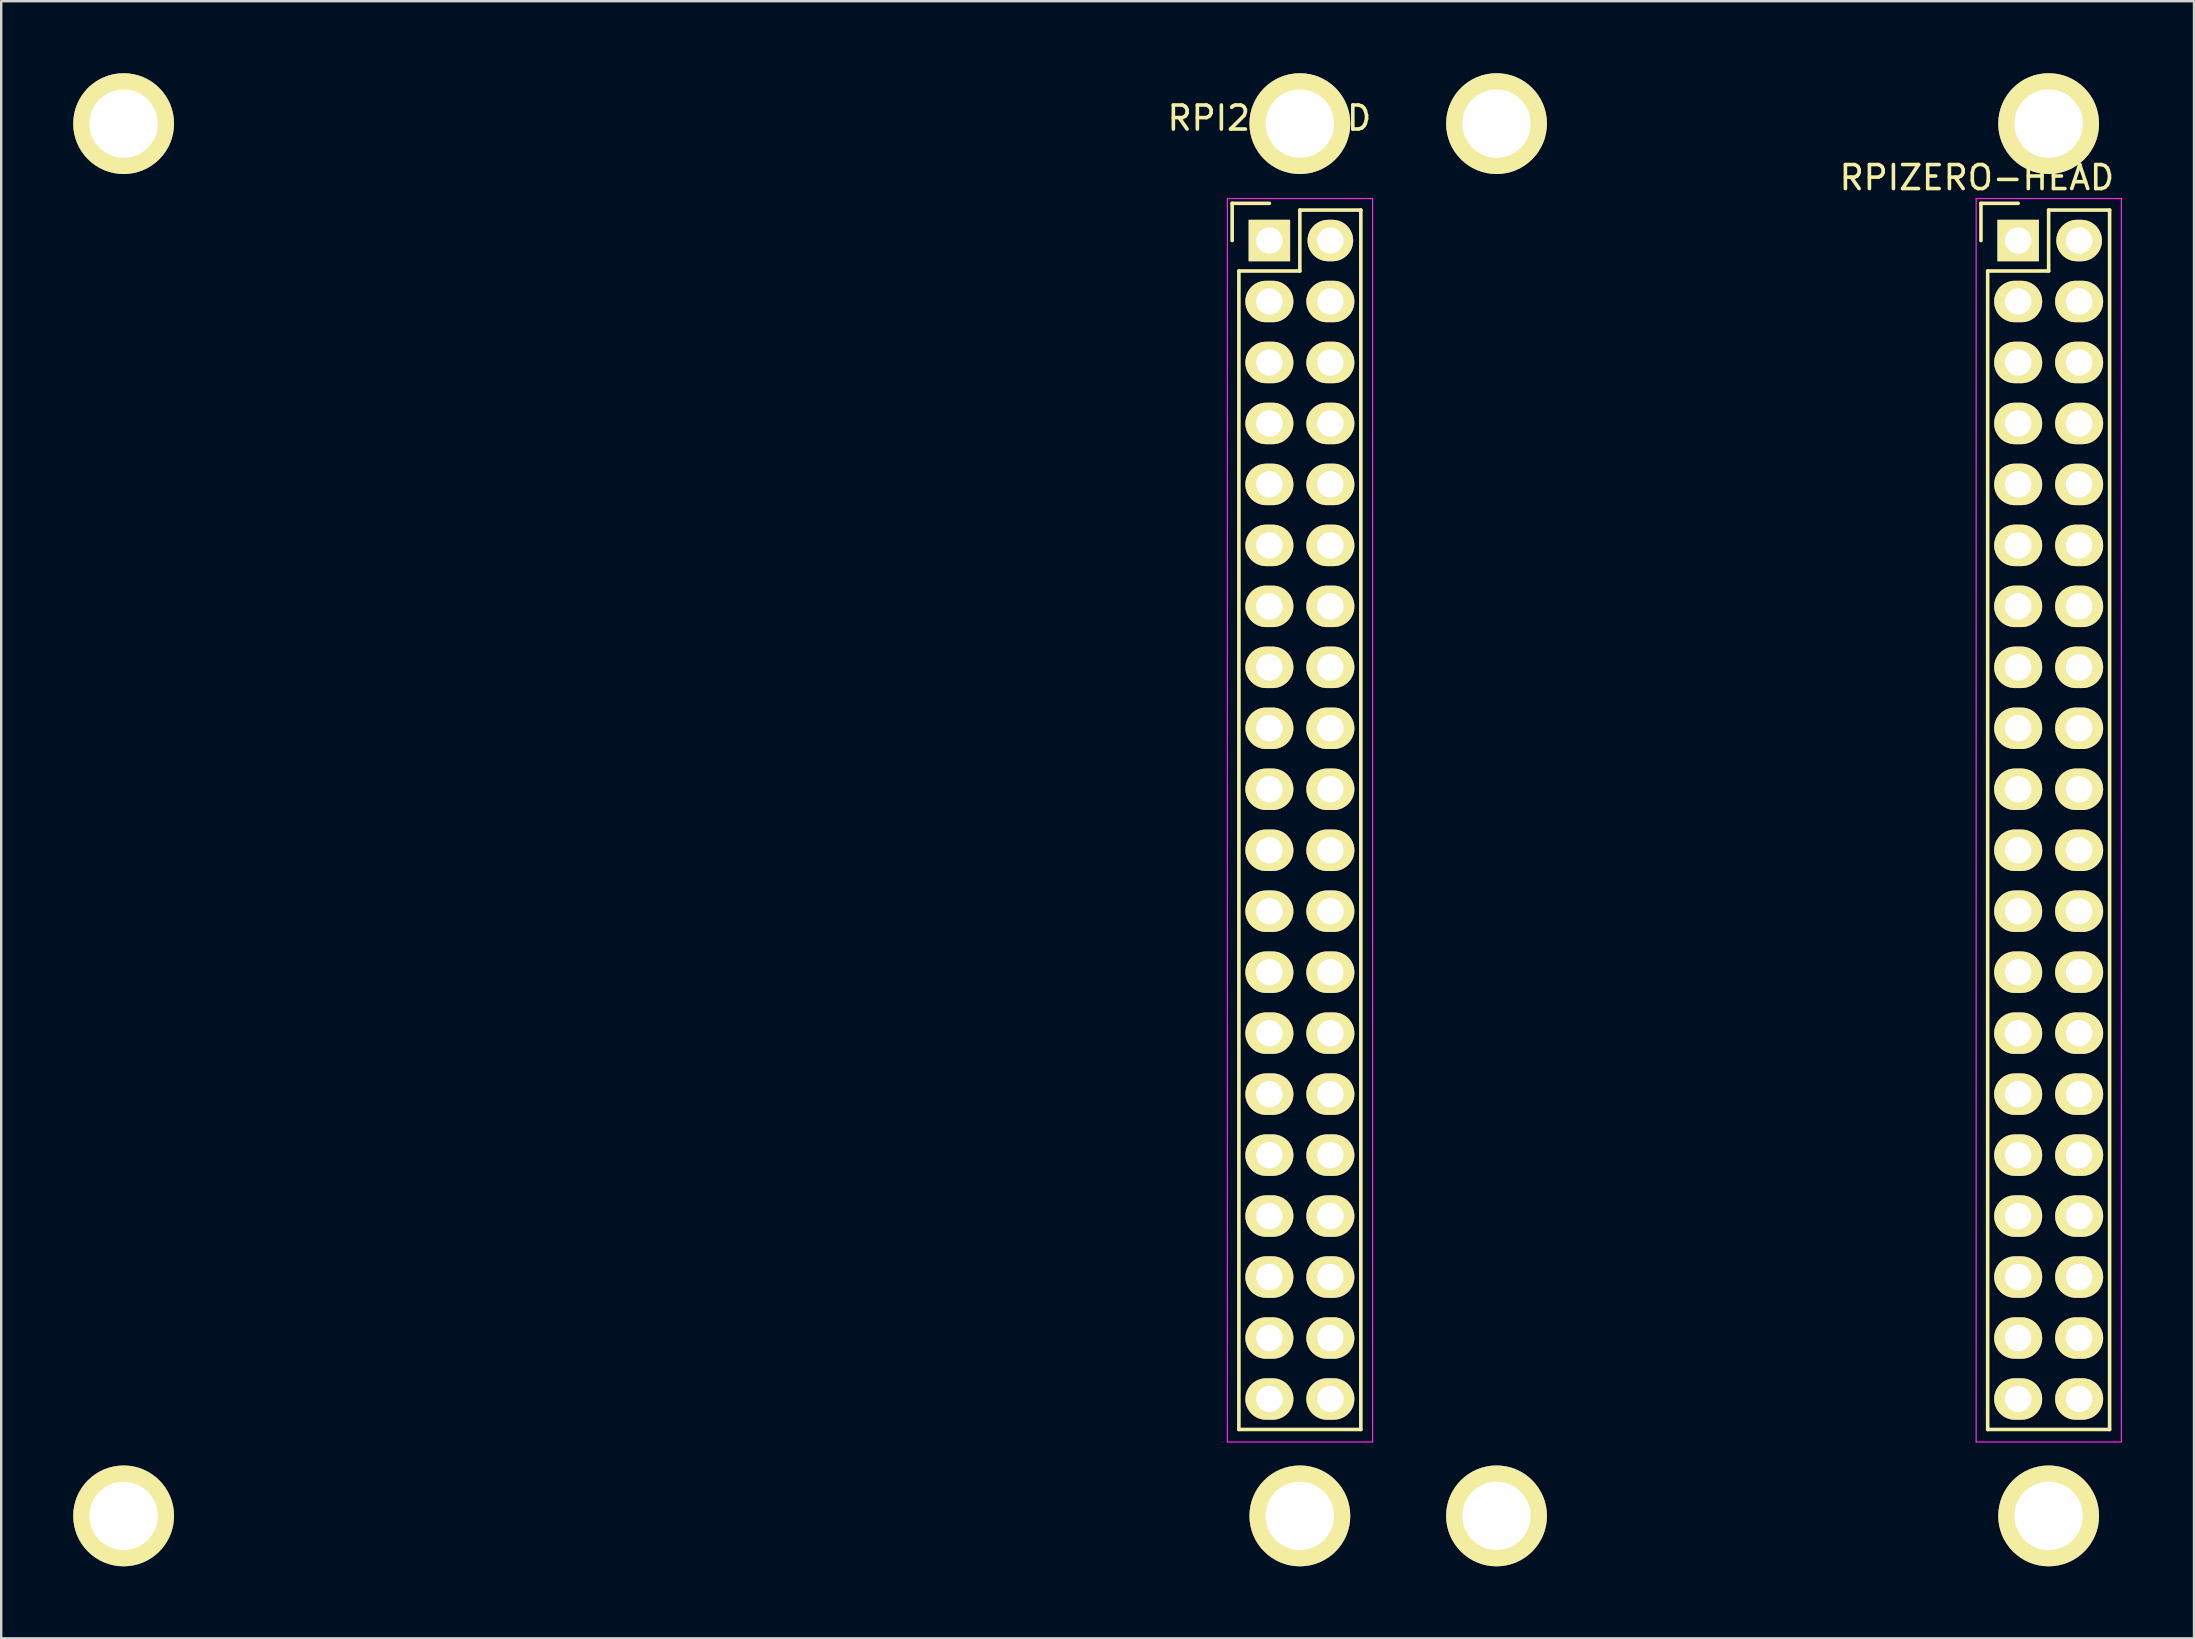
<source format=kicad_pcb>
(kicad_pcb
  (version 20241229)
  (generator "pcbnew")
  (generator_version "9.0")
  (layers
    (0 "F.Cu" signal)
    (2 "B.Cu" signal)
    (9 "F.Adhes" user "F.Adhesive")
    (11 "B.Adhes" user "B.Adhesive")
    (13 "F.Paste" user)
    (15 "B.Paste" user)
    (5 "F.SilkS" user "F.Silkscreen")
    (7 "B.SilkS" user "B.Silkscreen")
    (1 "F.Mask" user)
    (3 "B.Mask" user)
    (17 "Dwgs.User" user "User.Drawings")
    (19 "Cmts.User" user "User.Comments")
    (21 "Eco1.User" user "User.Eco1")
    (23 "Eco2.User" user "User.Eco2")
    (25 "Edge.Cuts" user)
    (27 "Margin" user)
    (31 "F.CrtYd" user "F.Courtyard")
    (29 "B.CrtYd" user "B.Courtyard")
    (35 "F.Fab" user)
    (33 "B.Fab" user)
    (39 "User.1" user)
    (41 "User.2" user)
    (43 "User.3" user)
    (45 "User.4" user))
  (footprint "RPIZERO-HEAD"
    (layer "F.Cu")
    (at 81.023 6.97)
    (property "Reference" "RPIZERO-HEAD" (at -1.72 -2.62 0) (layer "F.SilkS") (effects (font (size 1 1) (thickness 0.15))))
    (attr through_hole)
    (fp_line (start -1.55 -1.55) (end -1.55 0) (stroke (width 0.15) (type solid)) (layer "F.SilkS"))
    (fp_line (start -1.27 1.27) (end -1.27 49.53) (stroke (width 0.15) (type solid)) (layer "F.SilkS"))
    (fp_line (start 0 -1.55) (end -1.55 -1.55) (stroke (width 0.15) (type solid)) (layer "F.SilkS"))
    (fp_line (start 1.27 -1.27) (end 1.27 1.27) (stroke (width 0.15) (type solid)) (layer "F.SilkS"))
    (fp_line (start 1.27 1.27) (end -1.27 1.27) (stroke (width 0.15) (type solid)) (layer "F.SilkS"))
    (fp_line (start 3.81 -1.27) (end 1.27 -1.27) (stroke (width 0.15) (type solid)) (layer "F.SilkS"))
    (fp_line (start 3.81 49.53) (end -1.27 49.53) (stroke (width 0.15) (type solid)) (layer "F.SilkS"))
    (fp_line (start 3.81 49.53) (end 3.81 -1.27) (stroke (width 0.15) (type solid)) (layer "F.SilkS"))
    (fp_line (start -1.75 -1.75) (end -1.75 50.05) (stroke (width 0.05) (type solid)) (layer "F.CrtYd"))
    (fp_line (start -1.75 -1.75) (end 4.3 -1.75) (stroke (width 0.05) (type solid)) (layer "F.CrtYd"))
    (fp_line (start -1.75 50.05) (end 4.3 50.05) (stroke (width 0.05) (type solid)) (layer "F.CrtYd"))
    (fp_line (start 4.3 -1.75) (end 4.3 50.05) (stroke (width 0.05) (type solid)) (layer "F.CrtYd"))
    (pad "" np_thru_hole circle (at -21.73 -4.87) (size 4.2 4.2) (drill 2.85) (layers "*.Cu" "*.Mask" "F.SilkS"))
    (pad "" np_thru_hole circle (at -21.73 53.13) (size 4.2 4.2) (drill 2.85) (layers "*.Cu" "*.Mask" "F.SilkS"))
    (pad "" np_thru_hole circle (at 1.27 -4.87) (size 4.2 4.2) (drill 2.85) (layers "*.Cu" "*.Mask" "F.SilkS"))
    (pad "" np_thru_hole circle (at 1.27 53.13) (size 4.2 4.2) (drill 2.85) (layers "*.Cu" "*.Mask" "F.SilkS"))
    (pad "1" thru_hole rect (at 0 0) (size 1.727 1.727) (drill 1.1) (layers "*.Cu" "*.Mask" "F.SilkS"))
    (pad "2" thru_hole oval (at 2.54 0) (size 1.9 1.727) (drill 1.1) (layers "*.Cu" "*.Mask" "F.SilkS"))
    (pad "3" thru_hole oval (at 0 2.54) (size 2 1.727) (drill 1.1) (layers "*.Cu" "*.Mask" "F.SilkS"))
    (pad "4" thru_hole oval (at 2.54 2.54) (size 2 1.727) (drill 1.1) (layers "*.Cu" "*.Mask" "F.SilkS"))
    (pad "5" thru_hole oval (at 0 5.08) (size 2 1.727) (drill 1.1) (layers "*.Cu" "*.Mask" "F.SilkS"))
    (pad "6" thru_hole oval (at 2.54 5.08) (size 2 1.727) (drill 1.1) (layers "*.Cu" "*.Mask" "F.SilkS"))
    (pad "7" thru_hole oval (at 0 7.62) (size 2 1.727) (drill 1.1) (layers "*.Cu" "*.Mask" "F.SilkS"))
    (pad "8" thru_hole oval (at 2.54 7.62) (size 2 1.727) (drill 1.1) (layers "*.Cu" "*.Mask" "F.SilkS"))
    (pad "9" thru_hole oval (at 0 10.16) (size 2 1.727) (drill 1.1) (layers "*.Cu" "*.Mask" "F.SilkS"))
    (pad "10" thru_hole oval (at 2.54 10.16) (size 2 1.727) (drill 1.1) (layers "*.Cu" "*.Mask" "F.SilkS"))
    (pad "11" thru_hole oval (at 0 12.7) (size 2 1.727) (drill 1.1) (layers "*.Cu" "*.Mask" "F.SilkS"))
    (pad "12" thru_hole oval (at 2.54 12.7) (size 2 1.727) (drill 1.1) (layers "*.Cu" "*.Mask" "F.SilkS"))
    (pad "13" thru_hole oval (at 0 15.24) (size 2 1.727) (drill 1.1) (layers "*.Cu" "*.Mask" "F.SilkS"))
    (pad "14" thru_hole oval (at 2.54 15.24) (size 2 1.727) (drill 1.1) (layers "*.Cu" "*.Mask" "F.SilkS"))
    (pad "15" thru_hole oval (at 0 17.78) (size 2 1.727) (drill 1.1) (layers "*.Cu" "*.Mask" "F.SilkS"))
    (pad "16" thru_hole oval (at 2.54 17.78) (size 2 1.727) (drill 1.1) (layers "*.Cu" "*.Mask" "F.SilkS"))
    (pad "17" thru_hole oval (at 0 20.32) (size 2 1.727) (drill 1.1) (layers "*.Cu" "*.Mask" "F.SilkS"))
    (pad "18" thru_hole oval (at 2.54 20.32) (size 2 1.727) (drill 1.1) (layers "*.Cu" "*.Mask" "F.SilkS"))
    (pad "19" thru_hole oval (at 0 22.86) (size 2 1.727) (drill 1.1) (layers "*.Cu" "*.Mask" "F.SilkS"))
    (pad "20" thru_hole oval (at 2.54 22.86) (size 2 1.727) (drill 1.1) (layers "*.Cu" "*.Mask" "F.SilkS"))
    (pad "21" thru_hole oval (at 0 25.4) (size 2 1.727) (drill 1.1) (layers "*.Cu" "*.Mask" "F.SilkS"))
    (pad "22" thru_hole oval (at 2.54 25.4) (size 2 1.727) (drill 1.1) (layers "*.Cu" "*.Mask" "F.SilkS"))
    (pad "23" thru_hole oval (at 0 27.94) (size 2 1.727) (drill 1.1) (layers "*.Cu" "*.Mask" "F.SilkS"))
    (pad "24" thru_hole oval (at 2.54 27.94) (size 2 1.727) (drill 1.1) (layers "*.Cu" "*.Mask" "F.SilkS"))
    (pad "25" thru_hole oval (at 0 30.48) (size 2 1.727) (drill 1.1) (layers "*.Cu" "*.Mask" "F.SilkS"))
    (pad "26" thru_hole oval (at 2.54 30.48) (size 2 1.727) (drill 1.1) (layers "*.Cu" "*.Mask" "F.SilkS"))
    (pad "27" thru_hole oval (at 0 33.02) (size 2 1.727) (drill 1.1) (layers "*.Cu" "*.Mask" "F.SilkS"))
    (pad "28" thru_hole oval (at 2.54 33.02) (size 2 1.727) (drill 1.1) (layers "*.Cu" "*.Mask" "F.SilkS"))
    (pad "29" thru_hole oval (at 0 35.56) (size 2 1.727) (drill 1.1) (layers "*.Cu" "*.Mask" "F.SilkS"))
    (pad "30" thru_hole oval (at 2.54 35.56) (size 2 1.727) (drill 1.1) (layers "*.Cu" "*.Mask" "F.SilkS"))
    (pad "31" thru_hole oval (at 0 38.1) (size 2 1.727) (drill 1.1) (layers "*.Cu" "*.Mask" "F.SilkS"))
    (pad "32" thru_hole oval (at 2.54 38.1) (size 2 1.727) (drill 1.1) (layers "*.Cu" "*.Mask" "F.SilkS"))
    (pad "33" thru_hole oval (at 0 40.64) (size 2 1.727) (drill 1.1) (layers "*.Cu" "*.Mask" "F.SilkS"))
    (pad "34" thru_hole oval (at 2.54 40.64) (size 2 1.727) (drill 1.1) (layers "*.Cu" "*.Mask" "F.SilkS"))
    (pad "35" thru_hole oval (at 0 43.18) (size 2 1.727) (drill 1.1) (layers "*.Cu" "*.Mask" "F.SilkS"))
    (pad "36" thru_hole oval (at 2.54 43.18) (size 2 1.727) (drill 1.1) (layers "*.Cu" "*.Mask" "F.SilkS"))
    (pad "37" thru_hole oval (at 0 45.72) (size 2 1.727) (drill 1.1) (layers "*.Cu" "*.Mask" "F.SilkS"))
    (pad "38" thru_hole oval (at 2.54 45.72) (size 2 1.727) (drill 1.1) (layers "*.Cu" "*.Mask" "F.SilkS"))
    (pad "39" thru_hole oval (at 0 48.26) (size 2 1.727) (drill 1.1) (layers "*.Cu" "*.Mask" "F.SilkS"))
    (pad "40" thru_hole oval (at 2.54 48.26) (size 2 1.727) (drill 1.1) (layers "*.Cu" "*.Mask" "F.SilkS")))
  (footprint "RPI2-HEAD"
    (layer "F.Cu")
    (at 49.83 6.97)
    (property "Reference" "RPI2-HEAD" (at 0 -5.1 0) (layer "F.SilkS") (effects (font (size 1 1) (thickness 0.15))))
    (attr through_hole)
    (fp_line (start -1.55 -1.55) (end -1.55 0) (stroke (width 0.15) (type solid)) (layer "F.SilkS"))
    (fp_line (start -1.27 1.27) (end -1.27 49.53) (stroke (width 0.15) (type solid)) (layer "F.SilkS"))
    (fp_line (start 0 -1.55) (end -1.55 -1.55) (stroke (width 0.15) (type solid)) (layer "F.SilkS"))
    (fp_line (start 1.27 -1.27) (end 1.27 1.27) (stroke (width 0.15) (type solid)) (layer "F.SilkS"))
    (fp_line (start 1.27 1.27) (end -1.27 1.27) (stroke (width 0.15) (type solid)) (layer "F.SilkS"))
    (fp_line (start 3.81 -1.27) (end 1.27 -1.27) (stroke (width 0.15) (type solid)) (layer "F.SilkS"))
    (fp_line (start 3.81 49.53) (end -1.27 49.53) (stroke (width 0.15) (type solid)) (layer "F.SilkS"))
    (fp_line (start 3.81 49.53) (end 3.81 -1.27) (stroke (width 0.15) (type solid)) (layer "F.SilkS"))
    (fp_line (start -1.75 -1.75) (end -1.75 50.05) (stroke (width 0.05) (type solid)) (layer "F.CrtYd"))
    (fp_line (start -1.75 -1.75) (end 4.3 -1.75) (stroke (width 0.05) (type solid)) (layer "F.CrtYd"))
    (fp_line (start -1.75 50.05) (end 4.3 50.05) (stroke (width 0.05) (type solid)) (layer "F.CrtYd"))
    (fp_line (start 4.3 -1.75) (end 4.3 50.05) (stroke (width 0.05) (type solid)) (layer "F.CrtYd"))
    (pad "" np_thru_hole circle (at -47.73 -4.87) (size 4.2 4.2) (drill 2.85) (layers "*.Cu" "*.Mask" "F.SilkS"))
    (pad "" np_thru_hole circle (at -47.73 53.13) (size 4.2 4.2) (drill 2.85) (layers "*.Cu" "*.Mask" "F.SilkS"))
    (pad "" np_thru_hole circle (at 1.27 -4.87) (size 4.2 4.2) (drill 2.85) (layers "*.Cu" "*.Mask" "F.SilkS"))
    (pad "" np_thru_hole circle (at 1.27 53.13) (size 4.2 4.2) (drill 2.85) (layers "*.Cu" "*.Mask" "F.SilkS"))
    (pad "1" thru_hole rect (at 0 0) (size 1.727 1.727) (drill 1.1) (layers "*.Cu" "*.Mask" "F.SilkS"))
    (pad "2" thru_hole oval (at 2.54 0) (size 1.9 1.727) (drill 1.1) (layers "*.Cu" "*.Mask" "F.SilkS"))
    (pad "3" thru_hole oval (at 0 2.54) (size 2 1.727) (drill 1.1) (layers "*.Cu" "*.Mask" "F.SilkS"))
    (pad "4" thru_hole oval (at 2.54 2.54) (size 2 1.727) (drill 1.1) (layers "*.Cu" "*.Mask" "F.SilkS"))
    (pad "5" thru_hole oval (at 0 5.08) (size 2 1.727) (drill 1.1) (layers "*.Cu" "*.Mask" "F.SilkS"))
    (pad "6" thru_hole oval (at 2.54 5.08) (size 2 1.727) (drill 1.1) (layers "*.Cu" "*.Mask" "F.SilkS"))
    (pad "7" thru_hole oval (at 0 7.62) (size 2 1.727) (drill 1.1) (layers "*.Cu" "*.Mask" "F.SilkS"))
    (pad "8" thru_hole oval (at 2.54 7.62) (size 2 1.727) (drill 1.1) (layers "*.Cu" "*.Mask" "F.SilkS"))
    (pad "9" thru_hole oval (at 0 10.16) (size 2 1.727) (drill 1.1) (layers "*.Cu" "*.Mask" "F.SilkS"))
    (pad "10" thru_hole oval (at 2.54 10.16) (size 2 1.727) (drill 1.1) (layers "*.Cu" "*.Mask" "F.SilkS"))
    (pad "11" thru_hole oval (at 0 12.7) (size 2 1.727) (drill 1.1) (layers "*.Cu" "*.Mask" "F.SilkS"))
    (pad "12" thru_hole oval (at 2.54 12.7) (size 2 1.727) (drill 1.1) (layers "*.Cu" "*.Mask" "F.SilkS"))
    (pad "13" thru_hole oval (at 0 15.24) (size 2 1.727) (drill 1.1) (layers "*.Cu" "*.Mask" "F.SilkS"))
    (pad "14" thru_hole oval (at 2.54 15.24) (size 2 1.727) (drill 1.1) (layers "*.Cu" "*.Mask" "F.SilkS"))
    (pad "15" thru_hole oval (at 0 17.78) (size 2 1.727) (drill 1.1) (layers "*.Cu" "*.Mask" "F.SilkS"))
    (pad "16" thru_hole oval (at 2.54 17.78) (size 2 1.727) (drill 1.1) (layers "*.Cu" "*.Mask" "F.SilkS"))
    (pad "17" thru_hole oval (at 0 20.32) (size 2 1.727) (drill 1.1) (layers "*.Cu" "*.Mask" "F.SilkS"))
    (pad "18" thru_hole oval (at 2.54 20.32) (size 2 1.727) (drill 1.1) (layers "*.Cu" "*.Mask" "F.SilkS"))
    (pad "19" thru_hole oval (at 0 22.86) (size 2 1.727) (drill 1.1) (layers "*.Cu" "*.Mask" "F.SilkS"))
    (pad "20" thru_hole oval (at 2.54 22.86) (size 2 1.727) (drill 1.1) (layers "*.Cu" "*.Mask" "F.SilkS"))
    (pad "21" thru_hole oval (at 0 25.4) (size 2 1.727) (drill 1.1) (layers "*.Cu" "*.Mask" "F.SilkS"))
    (pad "22" thru_hole oval (at 2.54 25.4) (size 2 1.727) (drill 1.1) (layers "*.Cu" "*.Mask" "F.SilkS"))
    (pad "23" thru_hole oval (at 0 27.94) (size 2 1.727) (drill 1.1) (layers "*.Cu" "*.Mask" "F.SilkS"))
    (pad "24" thru_hole oval (at 2.54 27.94) (size 2 1.727) (drill 1.1) (layers "*.Cu" "*.Mask" "F.SilkS"))
    (pad "25" thru_hole oval (at 0 30.48) (size 2 1.727) (drill 1.1) (layers "*.Cu" "*.Mask" "F.SilkS"))
    (pad "26" thru_hole oval (at 2.54 30.48) (size 2 1.727) (drill 1.1) (layers "*.Cu" "*.Mask" "F.SilkS"))
    (pad "27" thru_hole oval (at 0 33.02) (size 2 1.727) (drill 1.1) (layers "*.Cu" "*.Mask" "F.SilkS"))
    (pad "28" thru_hole oval (at 2.54 33.02) (size 2 1.727) (drill 1.1) (layers "*.Cu" "*.Mask" "F.SilkS"))
    (pad "29" thru_hole oval (at 0 35.56) (size 2 1.727) (drill 1.1) (layers "*.Cu" "*.Mask" "F.SilkS"))
    (pad "30" thru_hole oval (at 2.54 35.56) (size 2 1.727) (drill 1.1) (layers "*.Cu" "*.Mask" "F.SilkS"))
    (pad "31" thru_hole oval (at 0 38.1) (size 2 1.727) (drill 1.1) (layers "*.Cu" "*.Mask" "F.SilkS"))
    (pad "32" thru_hole oval (at 2.54 38.1) (size 2 1.727) (drill 1.1) (layers "*.Cu" "*.Mask" "F.SilkS"))
    (pad "33" thru_hole oval (at 0 40.64) (size 2 1.727) (drill 1.1) (layers "*.Cu" "*.Mask" "F.SilkS"))
    (pad "34" thru_hole oval (at 2.54 40.64) (size 2 1.727) (drill 1.1) (layers "*.Cu" "*.Mask" "F.SilkS"))
    (pad "35" thru_hole oval (at 0 43.18) (size 2 1.727) (drill 1.1) (layers "*.Cu" "*.Mask" "F.SilkS"))
    (pad "36" thru_hole oval (at 2.54 43.18) (size 2 1.727) (drill 1.1) (layers "*.Cu" "*.Mask" "F.SilkS"))
    (pad "37" thru_hole oval (at 0 45.72) (size 2 1.727) (drill 1.1) (layers "*.Cu" "*.Mask" "F.SilkS"))
    (pad "38" thru_hole oval (at 2.54 45.72) (size 2 1.727) (drill 1.1) (layers "*.Cu" "*.Mask" "F.SilkS"))
    (pad "39" thru_hole oval (at 0 48.26) (size 2 1.727) (drill 1.1) (layers "*.Cu" "*.Mask" "F.SilkS"))
    (pad "40" thru_hole oval (at 2.54 48.26) (size 2 1.727) (drill 1.1) (layers "*.Cu" "*.Mask" "F.SilkS")))
  (gr_rect
    (start -3 -3)
    (end 88.348 65.2)
    (stroke (width 0.1) (type default))
    (fill no)
    (layer "Edge.Cuts")))
</source>
